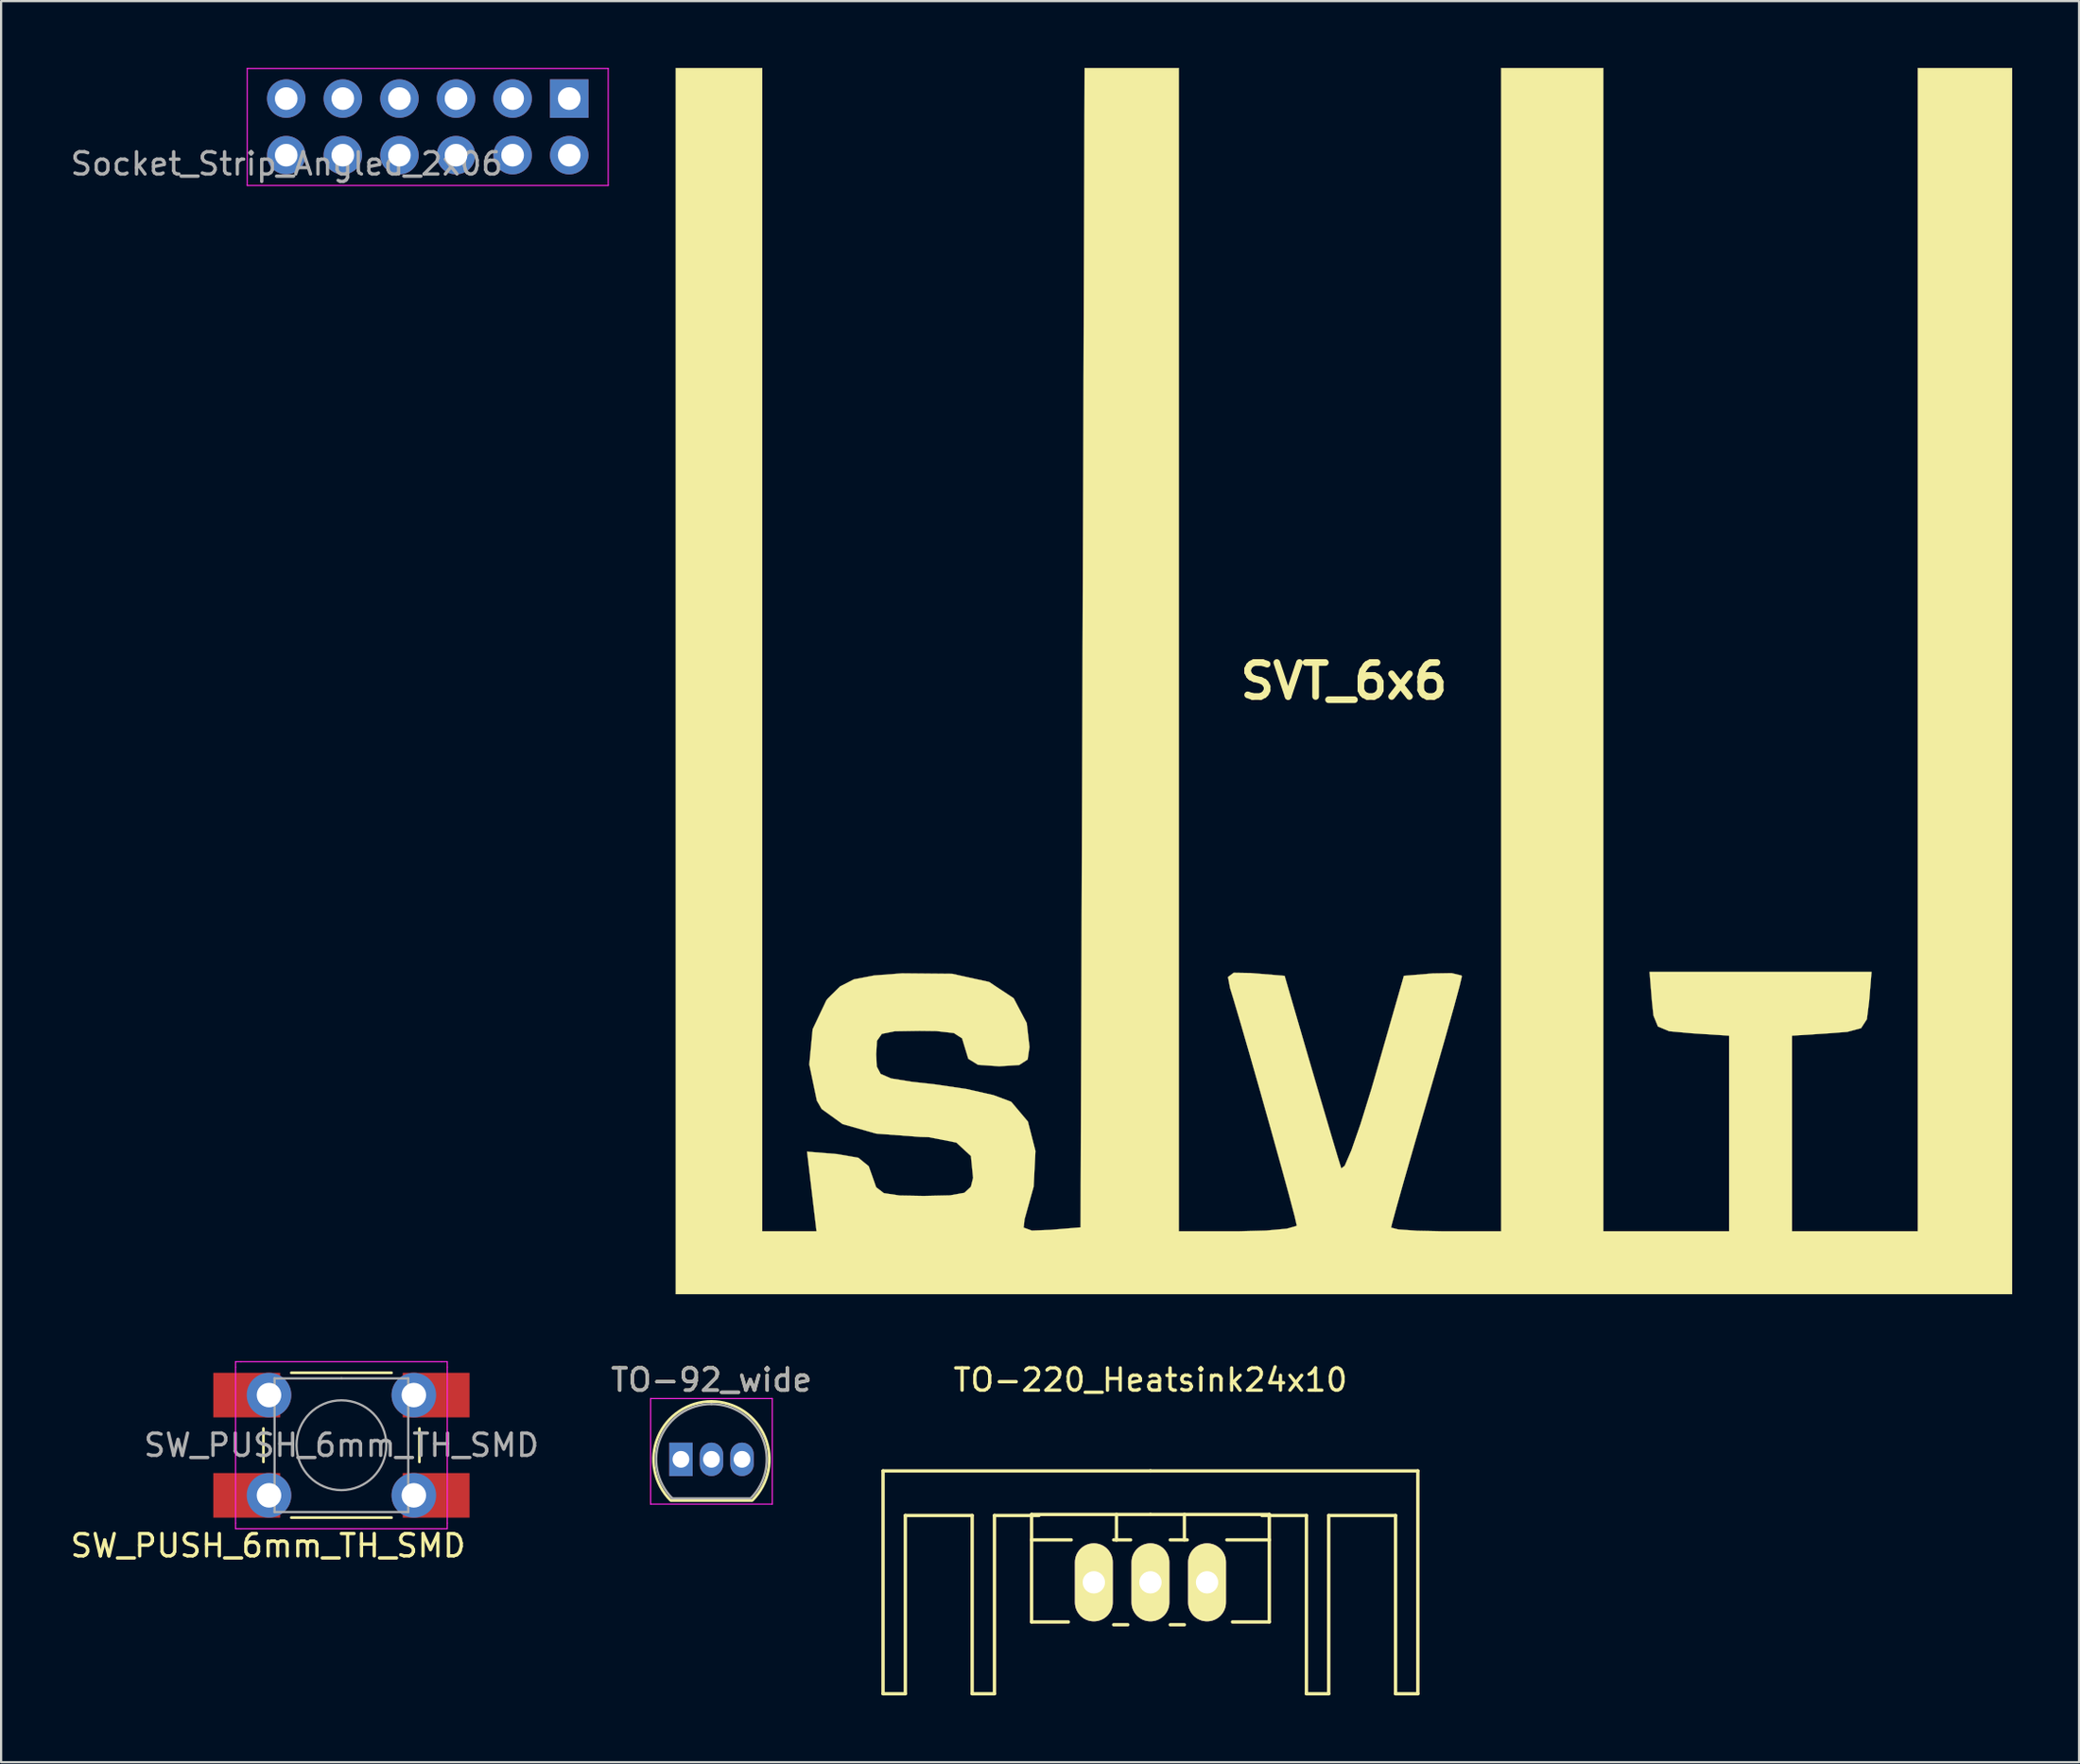
<source format=kicad_pcb>
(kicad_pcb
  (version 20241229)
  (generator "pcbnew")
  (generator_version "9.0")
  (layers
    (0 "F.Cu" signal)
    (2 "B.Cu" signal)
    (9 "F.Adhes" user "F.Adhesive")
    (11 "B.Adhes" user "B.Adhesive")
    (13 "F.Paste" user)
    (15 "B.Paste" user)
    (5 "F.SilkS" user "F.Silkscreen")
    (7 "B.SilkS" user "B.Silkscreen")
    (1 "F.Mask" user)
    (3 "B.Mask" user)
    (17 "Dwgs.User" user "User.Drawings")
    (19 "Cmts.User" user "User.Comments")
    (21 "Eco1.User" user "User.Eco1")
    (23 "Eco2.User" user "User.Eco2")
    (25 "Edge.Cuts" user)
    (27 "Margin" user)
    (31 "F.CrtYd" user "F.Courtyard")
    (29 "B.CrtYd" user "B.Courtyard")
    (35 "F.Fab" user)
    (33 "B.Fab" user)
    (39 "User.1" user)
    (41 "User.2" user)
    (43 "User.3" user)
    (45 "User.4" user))
  (footprint "TO-220_Heatsink24x10"
    (layer "F.Cu")
    (at 48.579 67.972)
    (property "Reference" "TO-220_Heatsink24x10" (at 0 -9.08 0) (layer "F.SilkS") (effects (font (size 1 1) (thickness 0.15))))
    (attr through_hole)
    (fp_line (start -12 -5) (end -12 5) (stroke (width 0.15) (type solid)) (layer "F.SilkS"))
    (fp_line (start -12 5) (end -11 5) (stroke (width 0.15) (type solid)) (layer "F.SilkS"))
    (fp_line (start -11 -3) (end -8 -3) (stroke (width 0.15) (type solid)) (layer "F.SilkS"))
    (fp_line (start -11 5) (end -11 -3) (stroke (width 0.15) (type solid)) (layer "F.SilkS"))
    (fp_line (start -8 5) (end -8 -3) (stroke (width 0.15) (type solid)) (layer "F.SilkS"))
    (fp_line (start -8 5) (end -7 5) (stroke (width 0.15) (type solid)) (layer "F.SilkS"))
    (fp_line (start -7 -3) (end -5 -3) (stroke (width 0.15) (type solid)) (layer "F.SilkS"))
    (fp_line (start -7 5) (end -7 -3) (stroke (width 0.15) (type solid)) (layer "F.SilkS"))
    (fp_line (start -5.334 -1.905) (end -5.334 -3.048) (stroke (width 0.15) (type solid)) (layer "F.SilkS"))
    (fp_line (start -5.334 -1.905) (end -3.556 -1.905) (stroke (width 0.15) (type solid)) (layer "F.SilkS"))
    (fp_line (start -5.334 1.778) (end -5.334 -1.905) (stroke (width 0.15) (type solid)) (layer "F.SilkS"))
    (fp_line (start -5.334 1.778) (end -3.683 1.778) (stroke (width 0.15) (type solid)) (layer "F.SilkS"))
    (fp_line (start -1.524 -3.048) (end -1.524 -1.905) (stroke (width 0.15) (type solid)) (layer "F.SilkS"))
    (fp_line (start -1.524 -1.905) (end -1.651 -1.905) (stroke (width 0.15) (type solid)) (layer "F.SilkS"))
    (fp_line (start -1.524 -1.905) (end -0.889 -1.905) (stroke (width 0.15) (type solid)) (layer "F.SilkS"))
    (fp_line (start -1.016 1.905) (end -1.651 1.905) (stroke (width 0.15) (type solid)) (layer "F.SilkS"))
    (fp_line (start 0 -5) (end -12 -5) (stroke (width 0.15) (type solid)) (layer "F.SilkS"))
    (fp_line (start 0 -3.048) (end -5.334 -3.048) (stroke (width 0.15) (type solid)) (layer "F.SilkS"))
    (fp_line (start 0 -3.048) (end 5.334 -3.048) (stroke (width 0.15) (type solid)) (layer "F.SilkS"))
    (fp_line (start 0.889 -1.905) (end 1.651 -1.905) (stroke (width 0.15) (type solid)) (layer "F.SilkS"))
    (fp_line (start 1.524 -3.048) (end 1.524 -1.905) (stroke (width 0.15) (type solid)) (layer "F.SilkS"))
    (fp_line (start 1.524 1.905) (end 0.889 1.905) (stroke (width 0.15) (type solid)) (layer "F.SilkS"))
    (fp_line (start 5.334 -3.048) (end 5.334 -1.905) (stroke (width 0.15) (type solid)) (layer "F.SilkS"))
    (fp_line (start 5.334 -1.905) (end 3.429 -1.905) (stroke (width 0.15) (type solid)) (layer "F.SilkS"))
    (fp_line (start 5.334 -1.905) (end 5.334 1.778) (stroke (width 0.15) (type solid)) (layer "F.SilkS"))
    (fp_line (start 5.334 1.778) (end 3.683 1.778) (stroke (width 0.15) (type solid)) (layer "F.SilkS"))
    (fp_line (start 7 -3) (end 5 -3) (stroke (width 0.15) (type solid)) (layer "F.SilkS"))
    (fp_line (start 7 5) (end 7 -3) (stroke (width 0.15) (type solid)) (layer "F.SilkS"))
    (fp_line (start 8 5) (end 7 5) (stroke (width 0.15) (type solid)) (layer "F.SilkS"))
    (fp_line (start 8 5) (end 8 -3) (stroke (width 0.15) (type solid)) (layer "F.SilkS"))
    (fp_line (start 11 -3) (end 8 -3) (stroke (width 0.15) (type solid)) (layer "F.SilkS"))
    (fp_line (start 11 5) (end 11 -3) (stroke (width 0.15) (type solid)) (layer "F.SilkS"))
    (fp_line (start 11 5) (end 12 5) (stroke (width 0.15) (type solid)) (layer "F.SilkS"))
    (fp_line (start 12 -5) (end 0 -5) (stroke (width 0.15) (type solid)) (layer "F.SilkS"))
    (fp_line (start 12 5) (end 12 -5) (stroke (width 0.15) (type solid)) (layer "F.SilkS"))
    (pad "1" thru_hole oval (at -2.54 0 90) (size 3.5 1.699) (drill 1.001) (layers "*.Cu" "*.Mask" "F.SilkS"))
    (pad "2" thru_hole oval (at 0 0 90) (size 3.5 1.699) (drill 1.001) (layers "*.Cu" "*.Mask" "F.SilkS"))
    (pad "3" thru_hole oval (at 2.54 0 90) (size 3.5 1.699) (drill 1.001) (layers "*.Cu" "*.Mask" "F.SilkS")))
  (footprint "Socket_Strip_Angled_2x06"
    (layer "F.Cu")
    (at 9.795 1.375)
    (property "Reference" "Socket_Strip_Angled_2x06" (at 0.02 2.93 0) (layer "F.Fab") (effects (font (size 1 1) (thickness 0.15))))
    (attr through_hole)
    (fp_line (start -1.75 -1.35) (end -1.75 3.9) (stroke (width 0.05) (type solid)) (layer "F.CrtYd"))
    (fp_line (start -1.75 -1.35) (end 14.45 -1.35) (stroke (width 0.05) (type solid)) (layer "F.CrtYd"))
    (fp_line (start -1.75 3.9) (end 14.45 3.9) (stroke (width 0.05) (type solid)) (layer "F.CrtYd"))
    (fp_line (start 14.45 -1.35) (end 14.45 3.9) (stroke (width 0.05) (type solid)) (layer "F.CrtYd"))
    (pad "1" thru_hole rect (at 12.7 0) (size 1.727 1.727) (drill 1.016) (layers "*.Cu" "*.Mask"))
    (pad "2" thru_hole oval (at 10.16 0) (size 1.727 1.727) (drill 1.016) (layers "*.Cu" "*.Mask"))
    (pad "3" thru_hole oval (at 7.62 0) (size 1.727 1.727) (drill 1.016) (layers "*.Cu" "*.Mask"))
    (pad "4" thru_hole oval (at 5.08 0) (size 1.727 1.727) (drill 1.016) (layers "*.Cu" "*.Mask"))
    (pad "5" thru_hole oval (at 2.54 0) (size 1.727 1.727) (drill 1.016) (layers "*.Cu" "*.Mask"))
    (pad "6" thru_hole circle (at 0 0) (size 1.727 1.727) (drill 1.016) (layers "*.Cu" "*.Mask"))
    (pad "7" thru_hole oval (at 12.7 2.54) (size 1.727 1.727) (drill 1.016) (layers "*.Cu" "*.Mask"))
    (pad "8" thru_hole oval (at 10.16 2.54) (size 1.727 1.727) (drill 1.016) (layers "*.Cu" "*.Mask"))
    (pad "9" thru_hole oval (at 7.62 2.54) (size 1.727 1.727) (drill 1.016) (layers "*.Cu" "*.Mask"))
    (pad "10" thru_hole oval (at 5.08 2.54) (size 1.727 1.727) (drill 1.016) (layers "*.Cu" "*.Mask"))
    (pad "11" thru_hole oval (at 2.54 2.54) (size 1.727 1.727) (drill 1.016) (layers "*.Cu" "*.Mask"))
    (pad "12" thru_hole oval (at 0 2.54) (size 1.727 1.727) (drill 1.016) (layers "*.Cu" "*.Mask")))
  (footprint "SVT_6x6"
    (layer "F.Cu")
    (at 57.262 27.522)
    (property "Reference" "SVT_6x6" (at 0 0 0) (layer "F.SilkS") (effects (font (size 1.524 1.524) (thickness 0.3))))
    (attr through_hole)
    (fp_poly (pts (xy -26.106 24.694) (xy -23.669 24.694) (xy -23.881 22.906) (xy -24.093 21.118) (xy -22.732 21.23) (xy -21.792 21.394) (xy -21.326 21.773) (xy -21.165 22.225) (xy -20.992 22.718) (xy -20.646 22.982) (xy -19.944 23.088) (xy -18.858 23.107) (xy -17.68 23.082) (xy -17.033 22.966) (xy -16.741 22.694) (xy -16.642 22.294) (xy -16.74 21.314) (xy -17.391 20.714) (xy -18.629 20.468) (xy -19.005 20.459) (xy -20.996 20.309) (xy -22.499 19.882) (xy -23.437 19.205) (xy -23.653 18.829) (xy -23.993 17.206) (xy -23.842 15.624) (xy -23.228 14.329) (xy -23.149 14.233) (xy -22.612 13.703) (xy -21.994 13.387) (xy -21.079 13.212) (xy -19.83 13.117) (xy -17.582 13.138) (xy -15.925 13.502) (xy -14.821 14.233) (xy -14.234 15.35) (xy -14.111 16.421) (xy -14.193 16.982) (xy -14.57 17.229) (xy -15.443 17.286) (xy -15.498 17.286) (xy -16.422 17.221) (xy -16.857 16.952) (xy -16.997 16.492) (xy -17.136 16.034) (xy -17.505 15.796) (xy -18.286 15.708) (xy -19.05 15.699) (xy -20.159 15.716) (xy -20.737 15.833) (xy -20.956 16.143) (xy -20.99 16.741) (xy -20.99 16.757) (xy -20.965 17.297) (xy -20.791 17.631) (xy -20.321 17.834) (xy -19.407 17.982) (xy -18.344 18.101) (xy -16.941 18.307) (xy -15.73 18.582) (xy -14.957 18.87) (xy -14.921 18.892) (xy -14.181 19.771) (xy -13.843 21.088) (xy -13.924 22.691) (xy -14.333 24.157) (xy -14.373 24.528) (xy -14.001 24.662) (xy -13.188 24.63) (xy -11.818 24.518) (xy -11.728 -1.499) (xy -11.637 -27.517) (xy -7.408 -27.517) (xy -7.408 24.694) (xy -4.763 24.694) (xy -3.498 24.662) (xy -2.562 24.576) (xy -2.128 24.454) (xy -2.117 24.429) (xy -2.208 24.03) (xy -2.455 23.096) (xy -2.818 21.769) (xy -3.257 20.193) (xy -3.731 18.509) (xy -4.2 16.861) (xy -4.626 15.39) (xy -4.966 14.241) (xy -5.11 13.775) (xy -5.203 13.283) (xy -4.947 13.091) (xy -4.178 13.104) (xy -4.007 13.118) (xy -2.661 13.229) (xy -1.479 17.286) (xy -1.001 18.918) (xy -0.584 20.331) (xy -0.274 21.37) (xy -0.118 21.872) (xy 0.036 21.752) (xy 0.336 21.056) (xy 0.742 19.89) (xy 1.216 18.362) (xy 1.376 17.815) (xy 2.691 13.229) (xy 3.991 13.12) (xy 4.831 13.107) (xy 5.272 13.214) (xy 5.292 13.255) (xy 5.197 13.66) (xy 4.937 14.622) (xy 4.544 16.021) (xy 4.051 17.737) (xy 3.704 18.931) (xy 3.167 20.778) (xy 2.708 22.376) (xy 2.36 23.609) (xy 2.156 24.358) (xy 2.117 24.528) (xy 2.44 24.61) (xy 3.29 24.67) (xy 4.488 24.694) (xy 4.586 24.694) (xy 7.056 24.694) (xy 7.056 -27.517) (xy 11.642 -27.517) (xy 11.642 24.694) (xy 17.286 24.694) (xy 17.286 15.914) (xy 15.61 15.806) (xy 14.598 15.714) (xy 14.092 15.502) (xy 13.892 15.012) (xy 13.825 14.376) (xy 13.716 13.053) (xy 23.679 13.053) (xy 23.569 14.376) (xy 23.469 15.175) (xy 23.208 15.578) (xy 22.59 15.743) (xy 21.784 15.806) (xy 20.108 15.914) (xy 20.108 24.694) (xy 25.753 24.694) (xy 25.753 -27.517) (xy 29.986 -27.517) (xy 29.986 27.517) (xy -29.986 27.517) (xy -29.986 -27.517) (xy -26.106 -27.517) (xy -26.106 24.694)) (stroke (width 0.01) (type solid)) (fill yes) (layer "F.SilkS")))
  (footprint "TO-92_wide"
    (layer "F.Cu")
    (at 27.609 62.452)
    (property "Reference" "TO-92_wide" (at 1.27 -3.56 0) (layer "F.SilkS") (effects (font (size 1 1) (thickness 0.15))))
    (attr through_hole)
    (fp_line (start -0.53 1.85) (end 3.07 1.85) (stroke (width 0.12) (type solid)) (layer "F.SilkS"))
    (fp_arc (start -0.568478 1.838478) (mid -1.132087 -0.994977) (end 1.27 -2.6) (stroke (width 0.12) (type solid)) (layer "F.SilkS"))
    (fp_arc (start 1.27 -2.6) (mid 3.672087 -0.994977) (end 3.108478 1.838478) (stroke (width 0.12) (type solid)) (layer "F.SilkS"))
    (fp_line (start -1.46 -2.73) (end -1.46 2.01) (stroke (width 0.05) (type solid)) (layer "F.CrtYd"))
    (fp_line (start -1.46 -2.73) (end 4 -2.73) (stroke (width 0.05) (type solid)) (layer "F.CrtYd"))
    (fp_line (start 4 2.01) (end -1.46 2.01) (stroke (width 0.05) (type solid)) (layer "F.CrtYd"))
    (fp_line (start 4 2.01) (end 4 -2.73) (stroke (width 0.05) (type solid)) (layer "F.CrtYd"))
    (fp_line (start -0.5 1.75) (end 3 1.75) (stroke (width 0.1) (type solid)) (layer "F.Fab"))
    (fp_arc (start -0.483625 1.753625) (mid -1.021221 -0.949055) (end 1.27 -2.48) (stroke (width 0.1) (type solid)) (layer "F.Fab"))
    (fp_arc (start 1.27 -2.48) (mid 3.561221 -0.949055) (end 3.023625 1.753625) (stroke (width 0.1) (type solid)) (layer "F.Fab"))
    (fp_text user "${REFERENCE}" (at 1.27 -3.56 0) (layer "F.Fab") (effects (font (size 1 1) (thickness 0.15))))
    (pad "1" thru_hole rect (at -0.1 0) (size 1.05 1.5) (drill 0.75) (layers "*.Cu" "*.Mask"))
    (pad "2" thru_hole oval (at 1.27 0) (size 1.05 1.5) (drill 0.75) (layers "*.Cu" "*.Mask"))
    (pad "3" thru_hole oval (at 2.64 0) (size 1.05 1.5) (drill 0.75) (layers "*.Cu" "*.Mask")))
  (footprint "SW_PUSH_6mm_TH_SMD"
    (layer "F.Cu")
    (at 9.022 59.568)
    (property "Reference" "SW_PUSH_6mm_TH_SMD" (at -0.04 6.76 180) (layer "F.SilkS") (effects (font (size 1 1) (thickness 0.15))))
    (attr through_hole)
    (fp_line (start -0.25 1.5) (end -0.25 3) (stroke (width 0.12) (type solid)) (layer "F.SilkS"))
    (fp_line (start 1 5.5) (end 5.5 5.5) (stroke (width 0.12) (type solid)) (layer "F.SilkS"))
    (fp_line (start 5.5 -1) (end 1 -1) (stroke (width 0.12) (type solid)) (layer "F.SilkS"))
    (fp_line (start 6.75 3) (end 6.75 1.5) (stroke (width 0.12) (type solid)) (layer "F.SilkS"))
    (fp_line (start -1.5 -1.5) (end -1.25 -1.5) (stroke (width 0.05) (type solid)) (layer "F.CrtYd"))
    (fp_line (start -1.5 -1.25) (end -1.5 -1.5) (stroke (width 0.05) (type solid)) (layer "F.CrtYd"))
    (fp_line (start -1.5 5.75) (end -1.5 -1.25) (stroke (width 0.05) (type solid)) (layer "F.CrtYd"))
    (fp_line (start -1.5 5.75) (end -1.5 6) (stroke (width 0.05) (type solid)) (layer "F.CrtYd"))
    (fp_line (start -1.5 6) (end -1.25 6) (stroke (width 0.05) (type solid)) (layer "F.CrtYd"))
    (fp_line (start -1.25 -1.5) (end 7.75 -1.5) (stroke (width 0.05) (type solid)) (layer "F.CrtYd"))
    (fp_line (start 7.75 -1.5) (end 8 -1.5) (stroke (width 0.05) (type solid)) (layer "F.CrtYd"))
    (fp_line (start 7.75 6) (end -1.25 6) (stroke (width 0.05) (type solid)) (layer "F.CrtYd"))
    (fp_line (start 7.75 6) (end 8 6) (stroke (width 0.05) (type solid)) (layer "F.CrtYd"))
    (fp_line (start 8 -1.5) (end 8 -1.25) (stroke (width 0.05) (type solid)) (layer "F.CrtYd"))
    (fp_line (start 8 -1.25) (end 8 5.75) (stroke (width 0.05) (type solid)) (layer "F.CrtYd"))
    (fp_line (start 8 6) (end 8 5.75) (stroke (width 0.05) (type solid)) (layer "F.CrtYd"))
    (fp_line (start 0.25 -0.75) (end 3.25 -0.75) (stroke (width 0.1) (type solid)) (layer "F.Fab"))
    (fp_line (start 0.25 5.25) (end 0.25 -0.75) (stroke (width 0.1) (type solid)) (layer "F.Fab"))
    (fp_line (start 3.25 -0.75) (end 6.25 -0.75) (stroke (width 0.1) (type solid)) (layer "F.Fab"))
    (fp_line (start 6.25 -0.75) (end 6.25 5.25) (stroke (width 0.1) (type solid)) (layer "F.Fab"))
    (fp_line (start 6.25 5.25) (end 0.25 5.25) (stroke (width 0.1) (type solid)) (layer "F.Fab"))
    (fp_circle (center 3.25 2.25) (end 1.25 2.5) (stroke (width 0.1) (type solid)) (fill no) (layer "F.Fab"))
    (fp_text user "${REFERENCE}" (at 3.25 2.25 180) (layer "F.Fab") (effects (font (size 1 1) (thickness 0.15))))
    (pad "1" smd rect (at -1 0) (size 3 2) (layers "F.Cu" "F.Mask" "F.Paste"))
    (pad "1" thru_hole circle (at 0 0 90) (size 2 2) (drill 1.1) (layers "*.Cu" "*.Mask"))
    (pad "1" thru_hole circle (at 6.5 0 90) (size 2 2) (drill 1.1) (layers "*.Cu" "*.Mask"))
    (pad "1" smd rect (at 7.5 0) (size 3 2) (layers "F.Cu" "F.Mask" "F.Paste"))
    (pad "2" smd rect (at -1 4.5) (size 3 2) (layers "F.Cu" "F.Mask" "F.Paste"))
    (pad "2" thru_hole circle (at 0 4.5 90) (size 2 2) (drill 1.1) (layers "*.Cu" "*.Mask"))
    (pad "2" thru_hole circle (at 6.5 4.5 90) (size 2 2) (drill 1.1) (layers "*.Cu" "*.Mask"))
    (pad "2" smd rect (at 7.5 4.5) (size 3 2) (layers "F.Cu" "F.Mask" "F.Paste")))
  (gr_rect
    (start -3 -3)
    (end 90.253 76.047)
    (stroke (width 0.1) (type default))
    (fill no)
    (layer "Edge.Cuts")))
</source>
